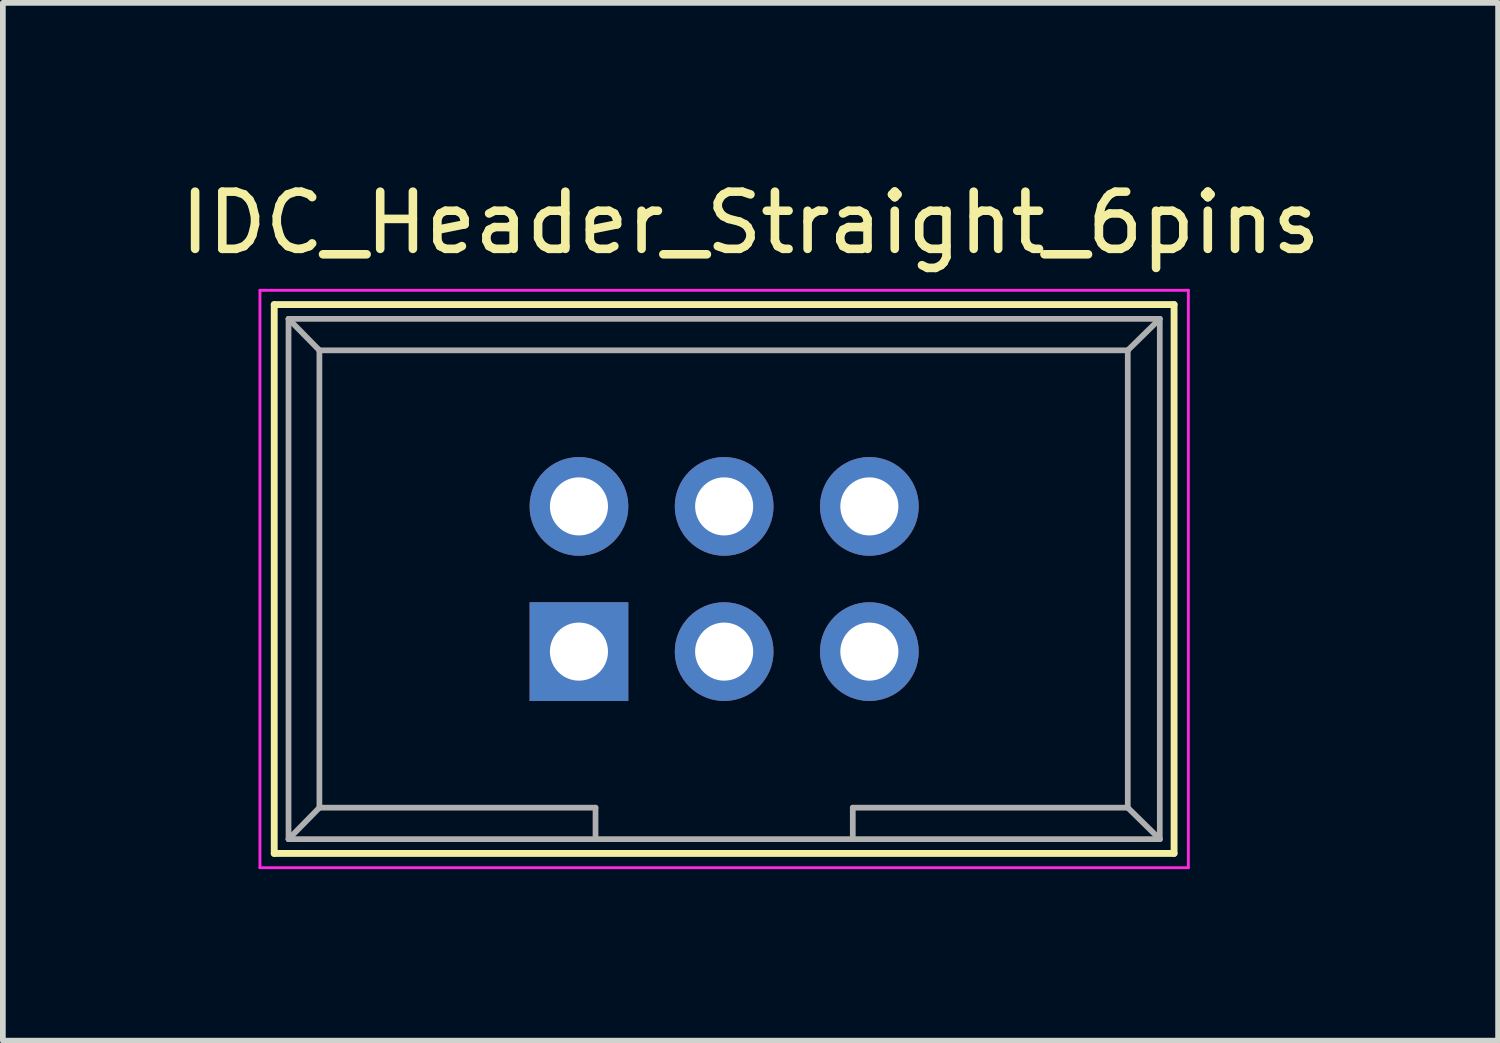
<source format=kicad_pcb>
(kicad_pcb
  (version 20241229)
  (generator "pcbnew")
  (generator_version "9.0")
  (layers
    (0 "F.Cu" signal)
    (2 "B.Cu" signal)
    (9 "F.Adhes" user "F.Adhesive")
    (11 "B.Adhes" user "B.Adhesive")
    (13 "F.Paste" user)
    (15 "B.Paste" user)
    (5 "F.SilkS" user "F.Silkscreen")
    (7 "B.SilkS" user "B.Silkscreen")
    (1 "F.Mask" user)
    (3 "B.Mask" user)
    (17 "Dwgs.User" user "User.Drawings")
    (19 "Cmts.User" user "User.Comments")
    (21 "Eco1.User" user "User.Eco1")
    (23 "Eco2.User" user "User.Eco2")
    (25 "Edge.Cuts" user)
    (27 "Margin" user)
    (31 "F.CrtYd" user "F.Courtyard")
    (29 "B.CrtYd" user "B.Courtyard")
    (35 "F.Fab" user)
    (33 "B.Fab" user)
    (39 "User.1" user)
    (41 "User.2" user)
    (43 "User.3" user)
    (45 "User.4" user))
  (footprint "IDC_Header_Straight_6pins"
    (layer "F.Cu")
    (at 7.077 8.348)
    (property "Reference" "IDC_Header_Straight_6pins" (at 3 -7.5 0) (layer "F.SilkS") (effects (font (size 1 1) (thickness 0.15))))
    (attr through_hole)
    (fp_line (start -5.33 -6.07) (end 10.41 -6.07) (stroke (width 0.12) (type solid)) (layer "F.SilkS"))
    (fp_line (start -5.33 3.53) (end -5.33 -6.07) (stroke (width 0.12) (type solid)) (layer "F.SilkS"))
    (fp_line (start 10.41 -6.07) (end 10.41 3.53) (stroke (width 0.12) (type solid)) (layer "F.SilkS"))
    (fp_line (start 10.41 3.53) (end -5.33 3.53) (stroke (width 0.12) (type solid)) (layer "F.SilkS"))
    (fp_line (start -5.58 -6.32) (end 10.66 -6.32) (stroke (width 0.05) (type solid)) (layer "F.CrtYd"))
    (fp_line (start -5.58 3.78) (end -5.58 -6.32) (stroke (width 0.05) (type solid)) (layer "F.CrtYd"))
    (fp_line (start 10.66 -6.32) (end 10.66 3.78) (stroke (width 0.05) (type solid)) (layer "F.CrtYd"))
    (fp_line (start 10.66 3.78) (end -5.58 3.78) (stroke (width 0.05) (type solid)) (layer "F.CrtYd"))
    (fp_line (start -5.08 -5.82) (end -5.08 3.28) (stroke (width 0.1) (type solid)) (layer "F.Fab"))
    (fp_line (start -5.08 -5.82) (end -4.54 -5.27) (stroke (width 0.1) (type solid)) (layer "F.Fab"))
    (fp_line (start -5.08 -5.82) (end 10.16 -5.82) (stroke (width 0.1) (type solid)) (layer "F.Fab"))
    (fp_line (start -5.08 3.28) (end -4.54 2.73) (stroke (width 0.1) (type solid)) (layer "F.Fab"))
    (fp_line (start -5.08 3.28) (end 10.16 3.28) (stroke (width 0.1) (type solid)) (layer "F.Fab"))
    (fp_line (start -4.54 -5.27) (end -4.54 2.73) (stroke (width 0.1) (type solid)) (layer "F.Fab"))
    (fp_line (start -4.54 -5.27) (end 9.6 -5.27) (stroke (width 0.1) (type solid)) (layer "F.Fab"))
    (fp_line (start -4.54 2.73) (end 0.29 2.73) (stroke (width 0.1) (type solid)) (layer "F.Fab"))
    (fp_line (start 0.29 2.73) (end 0.29 3.28) (stroke (width 0.1) (type solid)) (layer "F.Fab"))
    (fp_line (start 4.79 2.73) (end 4.79 3.28) (stroke (width 0.1) (type solid)) (layer "F.Fab"))
    (fp_line (start 4.79 2.73) (end 9.6 2.73) (stroke (width 0.1) (type solid)) (layer "F.Fab"))
    (fp_line (start 9.6 -5.27) (end 9.6 2.73) (stroke (width 0.1) (type solid)) (layer "F.Fab"))
    (fp_line (start 10.16 -5.82) (end 9.6 -5.27) (stroke (width 0.1) (type solid)) (layer "F.Fab"))
    (fp_line (start 10.16 -5.82) (end 10.16 3.28) (stroke (width 0.1) (type solid)) (layer "F.Fab"))
    (fp_line (start 10.16 3.28) (end 9.6 2.73) (stroke (width 0.1) (type solid)) (layer "F.Fab"))
    (pad "1" thru_hole rect (at 0 0) (size 1.727 1.727) (drill 1.016) (layers "*.Cu" "*.Mask"))
    (pad "2" thru_hole oval (at 0 -2.54) (size 1.727 1.727) (drill 1.016) (layers "*.Cu" "*.Mask"))
    (pad "3" thru_hole oval (at 2.54 0) (size 1.727 1.727) (drill 1.016) (layers "*.Cu" "*.Mask"))
    (pad "4" thru_hole oval (at 2.54 -2.54) (size 1.727 1.727) (drill 1.016) (layers "*.Cu" "*.Mask"))
    (pad "5" thru_hole oval (at 5.08 0) (size 1.727 1.727) (drill 1.016) (layers "*.Cu" "*.Mask"))
    (pad "6" thru_hole oval (at 5.08 -2.54) (size 1.727 1.727) (drill 1.016) (layers "*.Cu" "*.Mask")))
  (gr_rect
    (start -3 -3)
    (end 23.155 15.153)
    (stroke (width 0.1) (type default))
    (fill no)
    (layer "Edge.Cuts")))
</source>
